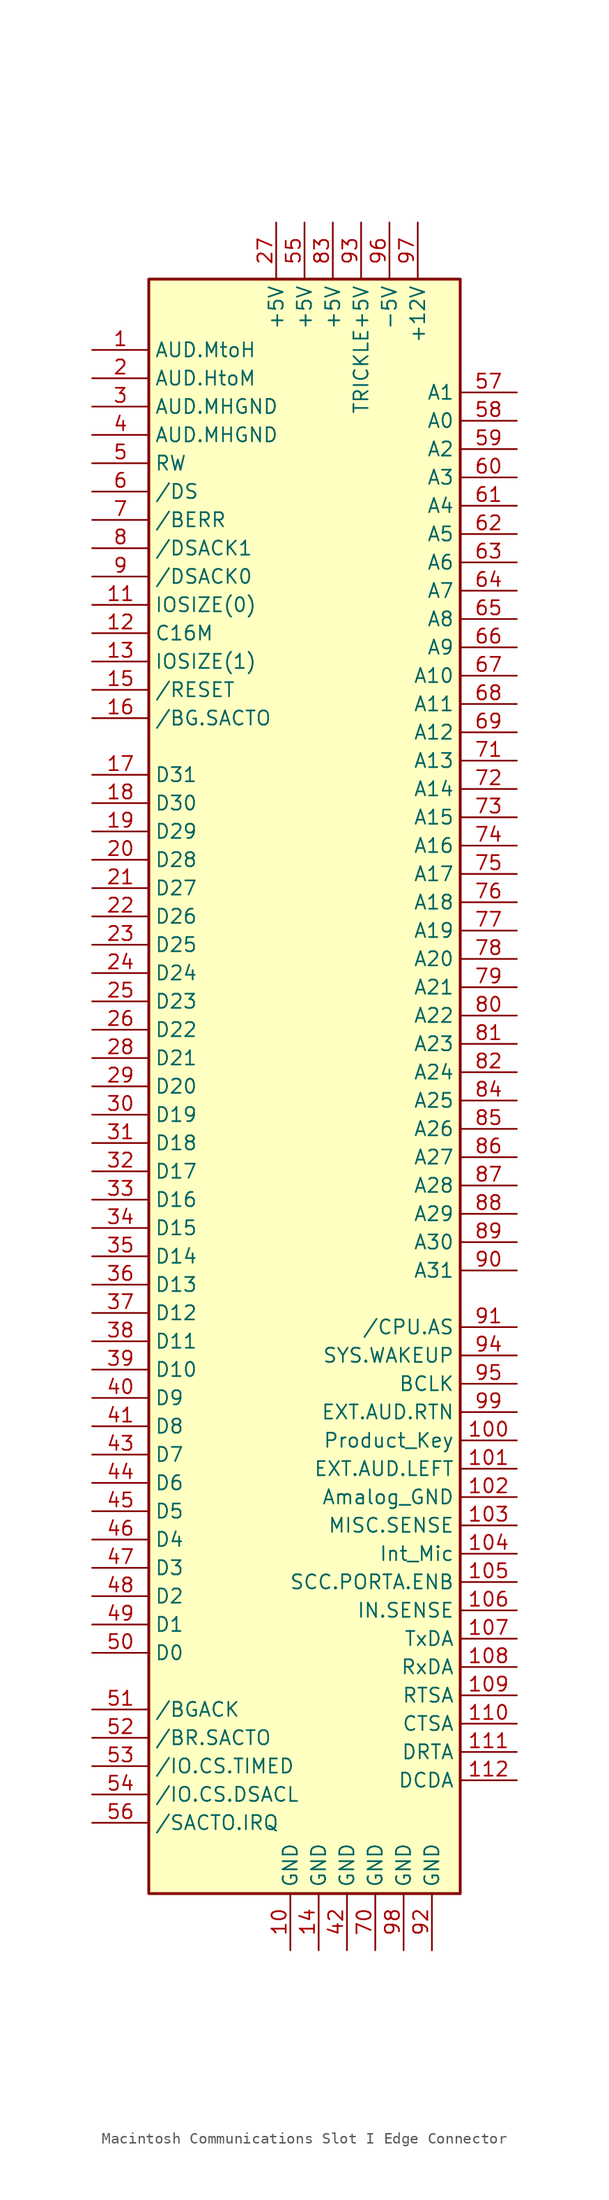
<source format=kicad_sym>
(kicad_symbol_lib
  (version 20220914)
  (generator kicad_symbol_editor)
  (symbol "Macintosh Communications Slot I Edge Connector"
    (property "Reference" "U"
      (at -16.51 72.39 0)
      (effects (font (size 1.27 1.27)) (justify left) hide))
    (symbol "Macintosh Communications Slot I Edge Connector_0_1"
      (rectangle (start -13.97 71.12) (end 13.97 -73.66) (stroke (width 0.254) (type default)) (fill (type background))))
    (symbol "Macintosh Communications Slot I Edge Connector_1_1"
      (pin bidirectional line (at -19.05 64.77 0) (length 5.08) (name "AUD.MtoH" (effects (font (size 1.27 1.27)))) (number "1" (effects (font (size 1.27 1.27)))))
      (pin power_out line (at -1.27 -78.74 90) (length 5.08) (name "GND" (effects (font (size 1.27 1.27)))) (number "10" (effects (font (size 1.27 1.27)))))
      (pin bidirectional line (at 19.05 -33.02 180) (length 5.08) (name "Product_Key" (effects (font (size 1.27 1.27)))) (number "100" (effects (font (size 1.27 1.27)))))
      (pin bidirectional line (at 19.05 -35.56 180) (length 5.08) (name "EXT.AUD.LEFT" (effects (font (size 1.27 1.27)))) (number "101" (effects (font (size 1.27 1.27)))))
      (pin power_out line (at 19.05 -38.1 180) (length 5.08) (name "Amalog_GND" (effects (font (size 1.27 1.27)))) (number "102" (effects (font (size 1.27 1.27)))))
      (pin bidirectional line (at 19.05 -40.64 180) (length 5.08) (name "MISC.SENSE" (effects (font (size 1.27 1.27)))) (number "103" (effects (font (size 1.27 1.27)))))
      (pin bidirectional line (at 19.05 -43.18 180) (length 5.08) (name "Int_Mic" (effects (font (size 1.27 1.27)))) (number "104" (effects (font (size 1.27 1.27)))))
      (pin bidirectional line (at 19.05 -45.72 180) (length 5.08) (name "SCC.PORTA.ENB" (effects (font (size 1.27 1.27)))) (number "105" (effects (font (size 1.27 1.27)))))
      (pin bidirectional line (at 19.05 -48.26 180) (length 5.08) (name "IN.SENSE" (effects (font (size 1.27 1.27)))) (number "106" (effects (font (size 1.27 1.27)))))
      (pin bidirectional line (at 19.05 -50.8 180) (length 5.08) (name "TxDA" (effects (font (size 1.27 1.27)))) (number "107" (effects (font (size 1.27 1.27)))))
      (pin bidirectional line (at 19.05 -53.34 180) (length 5.08) (name "RxDA" (effects (font (size 1.27 1.27)))) (number "108" (effects (font (size 1.27 1.27)))))
      (pin bidirectional line (at 19.05 -55.88 180) (length 5.08) (name "RTSA" (effects (font (size 1.27 1.27)))) (number "109" (effects (font (size 1.27 1.27)))))
      (pin bidirectional line (at -19.05 41.91 0) (length 5.08) (name "IOSIZE(0)" (effects (font (size 1.27 1.27)))) (number "11" (effects (font (size 1.27 1.27)))))
      (pin bidirectional line (at 19.05 -58.42 180) (length 5.08) (name "CTSA" (effects (font (size 1.27 1.27)))) (number "110" (effects (font (size 1.27 1.27)))))
      (pin bidirectional line (at 19.05 -60.96 180) (length 5.08) (name "DRTA" (effects (font (size 1.27 1.27)))) (number "111" (effects (font (size 1.27 1.27)))))
      (pin bidirectional line (at 19.05 -63.5 180) (length 5.08) (name "DCDA" (effects (font (size 1.27 1.27)))) (number "112" (effects (font (size 1.27 1.27)))))
      (pin bidirectional line (at -19.05 39.37 0) (length 5.08) (name "C16M" (effects (font (size 1.27 1.27)))) (number "12" (effects (font (size 1.27 1.27)))))
      (pin bidirectional line (at -19.05 36.83 0) (length 5.08) (name "IOSIZE(1)" (effects (font (size 1.27 1.27)))) (number "13" (effects (font (size 1.27 1.27)))))
      (pin power_out line (at 1.27 -78.74 90) (length 5.08) (name "GND" (effects (font (size 1.27 1.27)))) (number "14" (effects (font (size 1.27 1.27)))))
      (pin bidirectional line (at -19.05 34.29 0) (length 5.08) (name "/RESET" (effects (font (size 1.27 1.27)))) (number "15" (effects (font (size 1.27 1.27)))))
      (pin bidirectional line (at -19.05 31.75 0) (length 5.08) (name "/BG.SACTO" (effects (font (size 1.27 1.27)))) (number "16" (effects (font (size 1.27 1.27)))))
      (pin bidirectional line (at -19.05 26.67 0) (length 5.08) (name "D31" (effects (font (size 1.27 1.27)))) (number "17" (effects (font (size 1.27 1.27)))))
      (pin bidirectional line (at -19.05 24.13 0) (length 5.08) (name "D30" (effects (font (size 1.27 1.27)))) (number "18" (effects (font (size 1.27 1.27)))))
      (pin bidirectional line (at -19.05 21.59 0) (length 5.08) (name "D29" (effects (font (size 1.27 1.27)))) (number "19" (effects (font (size 1.27 1.27)))))
      (pin bidirectional line (at -19.05 62.23 0) (length 5.08) (name "AUD.HtoM" (effects (font (size 1.27 1.27)))) (number "2" (effects (font (size 1.27 1.27)))))
      (pin bidirectional line (at -19.05 19.05 0) (length 5.08) (name "D28" (effects (font (size 1.27 1.27)))) (number "20" (effects (font (size 1.27 1.27)))))
      (pin bidirectional line (at -19.05 16.51 0) (length 5.08) (name "D27" (effects (font (size 1.27 1.27)))) (number "21" (effects (font (size 1.27 1.27)))))
      (pin bidirectional line (at -19.05 13.97 0) (length 5.08) (name "D26" (effects (font (size 1.27 1.27)))) (number "22" (effects (font (size 1.27 1.27)))))
      (pin bidirectional line (at -19.05 11.43 0) (length 5.08) (name "D25" (effects (font (size 1.27 1.27)))) (number "23" (effects (font (size 1.27 1.27)))))
      (pin bidirectional line (at -19.05 8.89 0) (length 5.08) (name "D24" (effects (font (size 1.27 1.27)))) (number "24" (effects (font (size 1.27 1.27)))))
      (pin bidirectional line (at -19.05 6.35 0) (length 5.08) (name "D23" (effects (font (size 1.27 1.27)))) (number "25" (effects (font (size 1.27 1.27)))))
      (pin bidirectional line (at -19.05 3.81 0) (length 5.08) (name "D22" (effects (font (size 1.27 1.27)))) (number "26" (effects (font (size 1.27 1.27)))))
      (pin power_in line (at -2.54 76.2 270) (length 5.08) (name "+5V" (effects (font (size 1.27 1.27)))) (number "27" (effects (font (size 1.27 1.27)))))
      (pin bidirectional line (at -19.05 1.27 0) (length 5.08) (name "D21" (effects (font (size 1.27 1.27)))) (number "28" (effects (font (size 1.27 1.27)))))
      (pin bidirectional line (at -19.05 -1.27 0) (length 5.08) (name "D20" (effects (font (size 1.27 1.27)))) (number "29" (effects (font (size 1.27 1.27)))))
      (pin power_out line (at -19.05 59.69 0) (length 5.08) (name "AUD.MHGND" (effects (font (size 1.27 1.27)))) (number "3" (effects (font (size 1.27 1.27)))))
      (pin bidirectional line (at -19.05 -3.81 0) (length 5.08) (name "D19" (effects (font (size 1.27 1.27)))) (number "30" (effects (font (size 1.27 1.27)))))
      (pin bidirectional line (at -19.05 -6.35 0) (length 5.08) (name "D18" (effects (font (size 1.27 1.27)))) (number "31" (effects (font (size 1.27 1.27)))))
      (pin bidirectional line (at -19.05 -8.89 0) (length 5.08) (name "D17" (effects (font (size 1.27 1.27)))) (number "32" (effects (font (size 1.27 1.27)))))
      (pin bidirectional line (at -19.05 -11.43 0) (length 5.08) (name "D16" (effects (font (size 1.27 1.27)))) (number "33" (effects (font (size 1.27 1.27)))))
      (pin bidirectional line (at -19.05 -13.97 0) (length 5.08) (name "D15" (effects (font (size 1.27 1.27)))) (number "34" (effects (font (size 1.27 1.27)))))
      (pin bidirectional line (at -19.05 -16.51 0) (length 5.08) (name "D14" (effects (font (size 1.27 1.27)))) (number "35" (effects (font (size 1.27 1.27)))))
      (pin bidirectional line (at -19.05 -19.05 0) (length 5.08) (name "D13" (effects (font (size 1.27 1.27)))) (number "36" (effects (font (size 1.27 1.27)))))
      (pin bidirectional line (at -19.05 -21.59 0) (length 5.08) (name "D12" (effects (font (size 1.27 1.27)))) (number "37" (effects (font (size 1.27 1.27)))))
      (pin bidirectional line (at -19.05 -24.13 0) (length 5.08) (name "D11" (effects (font (size 1.27 1.27)))) (number "38" (effects (font (size 1.27 1.27)))))
      (pin bidirectional line (at -19.05 -26.67 0) (length 5.08) (name "D10" (effects (font (size 1.27 1.27)))) (number "39" (effects (font (size 1.27 1.27)))))
      (pin power_out line (at -19.05 57.15 0) (length 5.08) (name "AUD.MHGND" (effects (font (size 1.27 1.27)))) (number "4" (effects (font (size 1.27 1.27)))))
      (pin bidirectional line (at -19.05 -29.21 0) (length 5.08) (name "D9" (effects (font (size 1.27 1.27)))) (number "40" (effects (font (size 1.27 1.27)))))
      (pin bidirectional line (at -19.05 -31.75 0) (length 5.08) (name "D8" (effects (font (size 1.27 1.27)))) (number "41" (effects (font (size 1.27 1.27)))))
      (pin power_out line (at 3.81 -78.74 90) (length 5.08) (name "GND" (effects (font (size 1.27 1.27)))) (number "42" (effects (font (size 1.27 1.27)))))
      (pin bidirectional line (at -19.05 -34.29 0) (length 5.08) (name "D7" (effects (font (size 1.27 1.27)))) (number "43" (effects (font (size 1.27 1.27)))))
      (pin bidirectional line (at -19.05 -36.83 0) (length 5.08) (name "D6" (effects (font (size 1.27 1.27)))) (number "44" (effects (font (size 1.27 1.27)))))
      (pin bidirectional line (at -19.05 -39.37 0) (length 5.08) (name "D5" (effects (font (size 1.27 1.27)))) (number "45" (effects (font (size 1.27 1.27)))))
      (pin bidirectional line (at -19.05 -41.91 0) (length 5.08) (name "D4" (effects (font (size 1.27 1.27)))) (number "46" (effects (font (size 1.27 1.27)))))
      (pin bidirectional line (at -19.05 -44.45 0) (length 5.08) (name "D3" (effects (font (size 1.27 1.27)))) (number "47" (effects (font (size 1.27 1.27)))))
      (pin bidirectional line (at -19.05 -46.99 0) (length 5.08) (name "D2" (effects (font (size 1.27 1.27)))) (number "48" (effects (font (size 1.27 1.27)))))
      (pin bidirectional line (at -19.05 -49.53 0) (length 5.08) (name "D1" (effects (font (size 1.27 1.27)))) (number "49" (effects (font (size 1.27 1.27)))))
      (pin bidirectional line (at -19.05 54.61 0) (length 5.08) (name "RW" (effects (font (size 1.27 1.27)))) (number "5" (effects (font (size 1.27 1.27)))))
      (pin bidirectional line (at -19.05 -52.07 0) (length 5.08) (name "D0" (effects (font (size 1.27 1.27)))) (number "50" (effects (font (size 1.27 1.27)))))
      (pin bidirectional line (at -19.05 -57.15 0) (length 5.08) (name "/BGACK" (effects (font (size 1.27 1.27)))) (number "51" (effects (font (size 1.27 1.27)))))
      (pin bidirectional line (at -19.05 -59.69 0) (length 5.08) (name "/BR.SACTO" (effects (font (size 1.27 1.27)))) (number "52" (effects (font (size 1.27 1.27)))))
      (pin bidirectional line (at -19.05 -62.23 0) (length 5.08) (name "/IO.CS.TIMED" (effects (font (size 1.27 1.27)))) (number "53" (effects (font (size 1.27 1.27)))))
      (pin bidirectional line (at -19.05 -64.77 0) (length 5.08) (name "/IO.CS.DSACL" (effects (font (size 1.27 1.27)))) (number "54" (effects (font (size 1.27 1.27)))))
      (pin power_out line (at 0 76.2 270) (length 5.08) (name "+5V" (effects (font (size 1.27 1.27)))) (number "55" (effects (font (size 1.27 1.27)))))
      (pin bidirectional line (at -19.05 -67.31 0) (length 5.08) (name "/SACTO.IRQ" (effects (font (size 1.27 1.27)))) (number "56" (effects (font (size 1.27 1.27)))))
      (pin bidirectional line (at 19.05 60.96 180) (length 5.08) (name "A1" (effects (font (size 1.27 1.27)))) (number "57" (effects (font (size 1.27 1.27)))))
      (pin bidirectional line (at 19.05 58.42 180) (length 5.08) (name "A0" (effects (font (size 1.27 1.27)))) (number "58" (effects (font (size 1.27 1.27)))))
      (pin bidirectional line (at 19.05 55.88 180) (length 5.08) (name "A2" (effects (font (size 1.27 1.27)))) (number "59" (effects (font (size 1.27 1.27)))))
      (pin bidirectional line (at -19.05 52.07 0) (length 5.08) (name "/DS" (effects (font (size 1.27 1.27)))) (number "6" (effects (font (size 1.27 1.27)))))
      (pin bidirectional line (at 19.05 53.34 180) (length 5.08) (name "A3" (effects (font (size 1.27 1.27)))) (number "60" (effects (font (size 1.27 1.27)))))
      (pin bidirectional line (at 19.05 50.8 180) (length 5.08) (name "A4" (effects (font (size 1.27 1.27)))) (number "61" (effects (font (size 1.27 1.27)))))
      (pin bidirectional line (at 19.05 48.26 180) (length 5.08) (name "A5" (effects (font (size 1.27 1.27)))) (number "62" (effects (font (size 1.27 1.27)))))
      (pin bidirectional line (at 19.05 45.72 180) (length 5.08) (name "A6" (effects (font (size 1.27 1.27)))) (number "63" (effects (font (size 1.27 1.27)))))
      (pin bidirectional line (at 19.05 43.18 180) (length 5.08) (name "A7" (effects (font (size 1.27 1.27)))) (number "64" (effects (font (size 1.27 1.27)))))
      (pin bidirectional line (at 19.05 40.64 180) (length 5.08) (name "A8" (effects (font (size 1.27 1.27)))) (number "65" (effects (font (size 1.27 1.27)))))
      (pin bidirectional line (at 19.05 38.1 180) (length 5.08) (name "A9" (effects (font (size 1.27 1.27)))) (number "66" (effects (font (size 1.27 1.27)))))
      (pin bidirectional line (at 19.05 35.56 180) (length 5.08) (name "A10" (effects (font (size 1.27 1.27)))) (number "67" (effects (font (size 1.27 1.27)))))
      (pin bidirectional line (at 19.05 33.02 180) (length 5.08) (name "A11" (effects (font (size 1.27 1.27)))) (number "68" (effects (font (size 1.27 1.27)))))
      (pin bidirectional line (at 19.05 30.48 180) (length 5.08) (name "A12" (effects (font (size 1.27 1.27)))) (number "69" (effects (font (size 1.27 1.27)))))
      (pin bidirectional line (at -19.05 49.53 0) (length 5.08) (name "/BERR" (effects (font (size 1.27 1.27)))) (number "7" (effects (font (size 1.27 1.27)))))
      (pin power_out line (at 6.35 -78.74 90) (length 5.08) (name "GND" (effects (font (size 1.27 1.27)))) (number "70" (effects (font (size 1.27 1.27)))))
      (pin bidirectional line (at 19.05 27.94 180) (length 5.08) (name "A13" (effects (font (size 1.27 1.27)))) (number "71" (effects (font (size 1.27 1.27)))))
      (pin bidirectional line (at 19.05 25.4 180) (length 5.08) (name "A14" (effects (font (size 1.27 1.27)))) (number "72" (effects (font (size 1.27 1.27)))))
      (pin bidirectional line (at 19.05 22.86 180) (length 5.08) (name "A15" (effects (font (size 1.27 1.27)))) (number "73" (effects (font (size 1.27 1.27)))))
      (pin bidirectional line (at 19.05 20.32 180) (length 5.08) (name "A16" (effects (font (size 1.27 1.27)))) (number "74" (effects (font (size 1.27 1.27)))))
      (pin bidirectional line (at 19.05 17.78 180) (length 5.08) (name "A17" (effects (font (size 1.27 1.27)))) (number "75" (effects (font (size 1.27 1.27)))))
      (pin bidirectional line (at 19.05 15.24 180) (length 5.08) (name "A18" (effects (font (size 1.27 1.27)))) (number "76" (effects (font (size 1.27 1.27)))))
      (pin bidirectional line (at 19.05 12.7 180) (length 5.08) (name "A19" (effects (font (size 1.27 1.27)))) (number "77" (effects (font (size 1.27 1.27)))))
      (pin bidirectional line (at 19.05 10.16 180) (length 5.08) (name "A20" (effects (font (size 1.27 1.27)))) (number "78" (effects (font (size 1.27 1.27)))))
      (pin bidirectional line (at 19.05 7.62 180) (length 5.08) (name "A21" (effects (font (size 1.27 1.27)))) (number "79" (effects (font (size 1.27 1.27)))))
      (pin bidirectional line (at -19.05 46.99 0) (length 5.08) (name "/DSACK1" (effects (font (size 1.27 1.27)))) (number "8" (effects (font (size 1.27 1.27)))))
      (pin bidirectional line (at 19.05 5.08 180) (length 5.08) (name "A22" (effects (font (size 1.27 1.27)))) (number "80" (effects (font (size 1.27 1.27)))))
      (pin bidirectional line (at 19.05 2.54 180) (length 5.08) (name "A23" (effects (font (size 1.27 1.27)))) (number "81" (effects (font (size 1.27 1.27)))))
      (pin bidirectional line (at 19.05 0 180) (length 5.08) (name "A24" (effects (font (size 1.27 1.27)))) (number "82" (effects (font (size 1.27 1.27)))))
      (pin power_out line (at 2.54 76.2 270) (length 5.08) (name "+5V" (effects (font (size 1.27 1.27)))) (number "83" (effects (font (size 1.27 1.27)))))
      (pin bidirectional line (at 19.05 -2.54 180) (length 5.08) (name "A25" (effects (font (size 1.27 1.27)))) (number "84" (effects (font (size 1.27 1.27)))))
      (pin bidirectional line (at 19.05 -5.08 180) (length 5.08) (name "A26" (effects (font (size 1.27 1.27)))) (number "85" (effects (font (size 1.27 1.27)))))
      (pin bidirectional line (at 19.05 -7.62 180) (length 5.08) (name "A27" (effects (font (size 1.27 1.27)))) (number "86" (effects (font (size 1.27 1.27)))))
      (pin bidirectional line (at 19.05 -10.16 180) (length 5.08) (name "A28" (effects (font (size 1.27 1.27)))) (number "87" (effects (font (size 1.27 1.27)))))
      (pin bidirectional line (at 19.05 -12.7 180) (length 5.08) (name "A29" (effects (font (size 1.27 1.27)))) (number "88" (effects (font (size 1.27 1.27)))))
      (pin bidirectional line (at 19.05 -15.24 180) (length 5.08) (name "A30" (effects (font (size 1.27 1.27)))) (number "89" (effects (font (size 1.27 1.27)))))
      (pin bidirectional line (at -19.05 44.45 0) (length 5.08) (name "/DSACK0" (effects (font (size 1.27 1.27)))) (number "9" (effects (font (size 1.27 1.27)))))
      (pin bidirectional line (at 19.05 -17.78 180) (length 5.08) (name "A31" (effects (font (size 1.27 1.27)))) (number "90" (effects (font (size 1.27 1.27)))))
      (pin bidirectional line (at 19.05 -22.86 180) (length 5.08) (name "/CPU.AS" (effects (font (size 1.27 1.27)))) (number "91" (effects (font (size 1.27 1.27)))))
      (pin power_out line (at 11.43 -78.74 90) (length 5.08) (name "GND" (effects (font (size 1.27 1.27)))) (number "92" (effects (font (size 1.27 1.27)))))
      (pin power_out line (at 5.08 76.2 270) (length 5.08) (name "TRICKLE+5V" (effects (font (size 1.27 1.27)))) (number "93" (effects (font (size 1.27 1.27)))))
      (pin bidirectional line (at 19.05 -25.4 180) (length 5.08) (name "SYS.WAKEUP" (effects (font (size 1.27 1.27)))) (number "94" (effects (font (size 1.27 1.27)))))
      (pin bidirectional line (at 19.05 -27.94 180) (length 5.08) (name "BCLK" (effects (font (size 1.27 1.27)))) (number "95" (effects (font (size 1.27 1.27)))))
      (pin power_out line (at 7.62 76.2 270) (length 5.08) (name "-5V" (effects (font (size 1.27 1.27)))) (number "96" (effects (font (size 1.27 1.27)))))
      (pin power_out line (at 10.16 76.2 270) (length 5.08) (name "+12V" (effects (font (size 1.27 1.27)))) (number "97" (effects (font (size 1.27 1.27)))))
      (pin power_out line (at 8.89 -78.74 90) (length 5.08) (name "GND" (effects (font (size 1.27 1.27)))) (number "98" (effects (font (size 1.27 1.27)))))
      (pin bidirectional line (at 19.05 -30.48 180) (length 5.08) (name "EXT.AUD.RTN" (effects (font (size 1.27 1.27)))) (number "99" (effects (font (size 1.27 1.27))))))))
</source>
